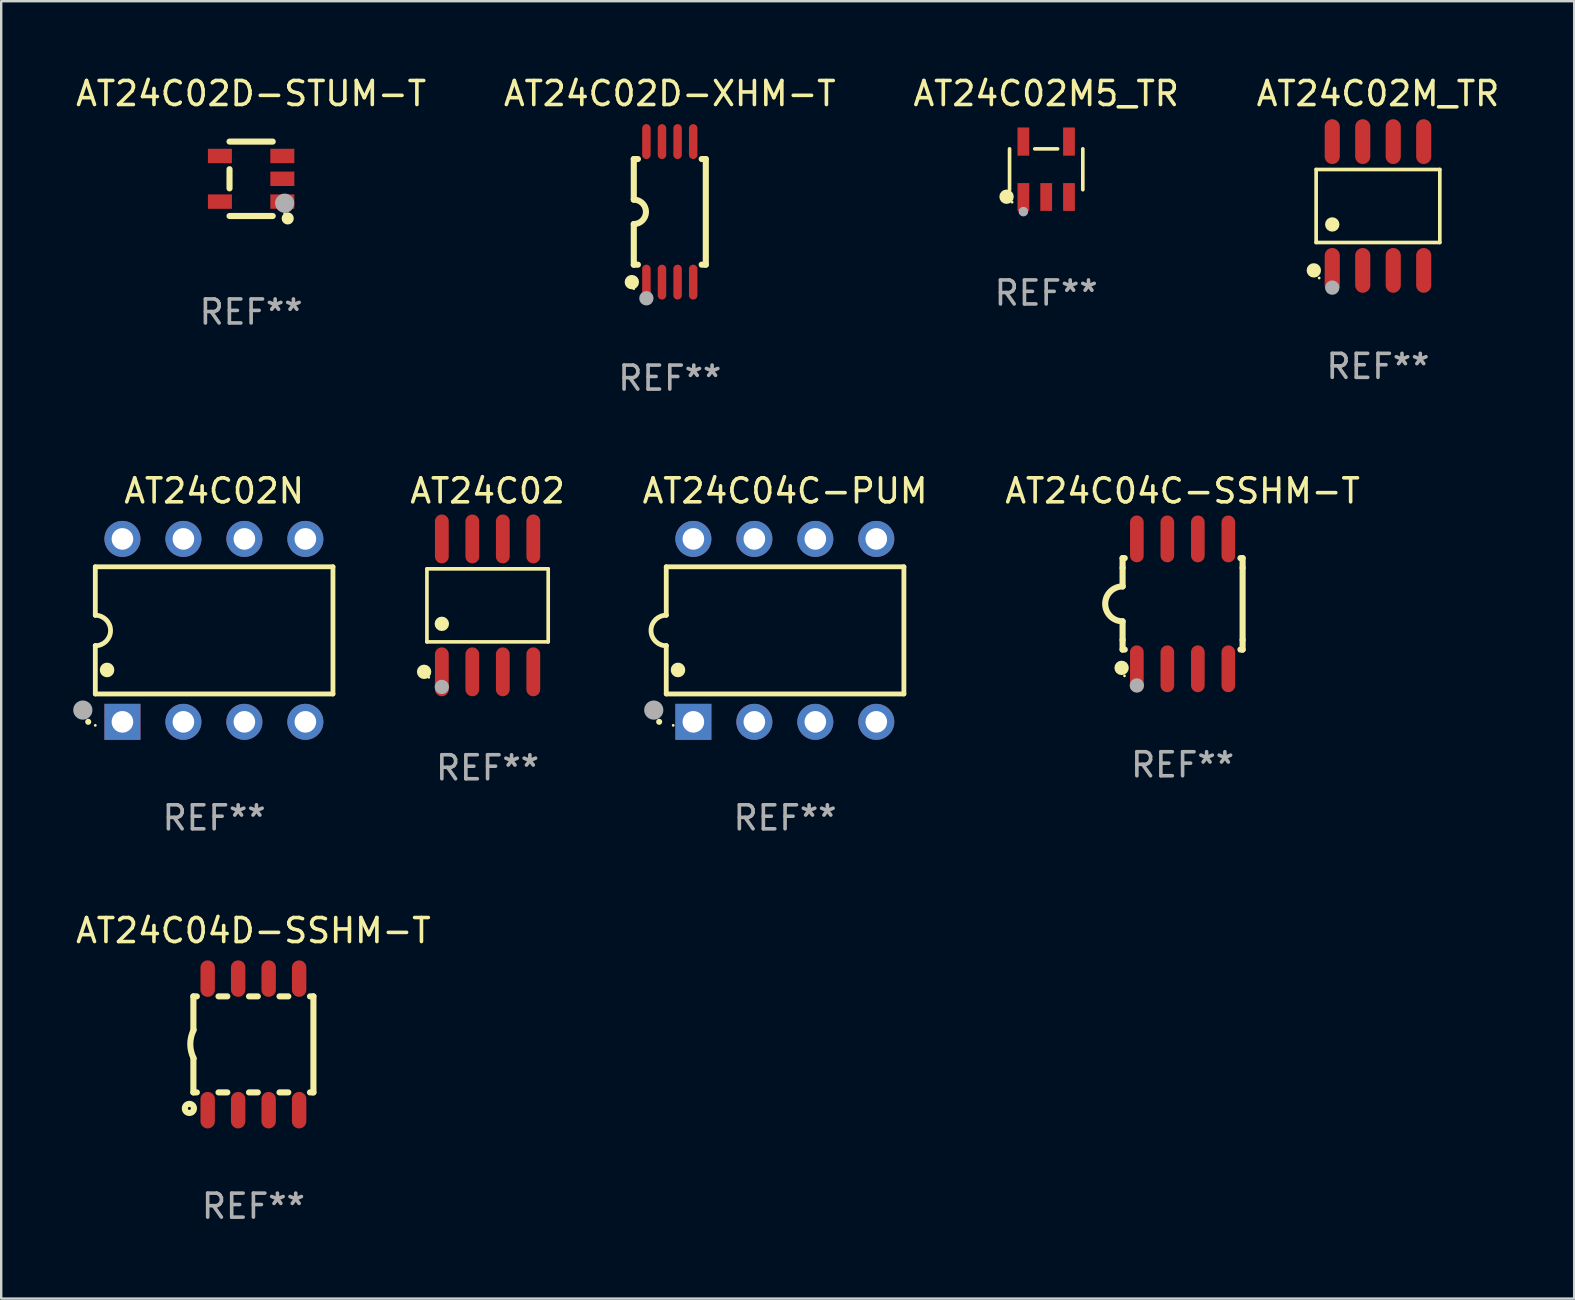
<source format=kicad_pcb>
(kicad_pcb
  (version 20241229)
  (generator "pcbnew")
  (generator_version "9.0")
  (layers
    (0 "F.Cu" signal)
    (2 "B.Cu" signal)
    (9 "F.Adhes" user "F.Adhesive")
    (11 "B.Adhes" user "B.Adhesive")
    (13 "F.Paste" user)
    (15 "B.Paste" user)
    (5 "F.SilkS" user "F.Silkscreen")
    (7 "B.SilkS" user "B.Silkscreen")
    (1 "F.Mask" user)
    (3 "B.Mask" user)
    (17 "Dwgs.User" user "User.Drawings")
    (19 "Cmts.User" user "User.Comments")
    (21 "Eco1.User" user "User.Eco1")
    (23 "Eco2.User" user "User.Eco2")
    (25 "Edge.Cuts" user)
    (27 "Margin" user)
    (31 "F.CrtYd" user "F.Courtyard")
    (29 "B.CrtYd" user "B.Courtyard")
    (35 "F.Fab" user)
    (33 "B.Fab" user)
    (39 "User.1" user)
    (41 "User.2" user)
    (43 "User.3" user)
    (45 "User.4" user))
  (footprint "AT24C04D-SSHM-T"
    (layer "F.Cu")
    (at 7.506 40.455)
    (property "Reference" "AT24C04D-SSHM-T" (at 0 -4.74 0) (layer "F.SilkS") (effects (font (size 1 1) (thickness 0.15))))
    (attr through_hole)
    (fp_line (start -2.5 -2) (end -2.5 -0.6) (stroke (width 0.254) (type solid)) (layer "F.SilkS"))
    (fp_line (start -2.5 -2) (end -2.356 -2) (stroke (width 0.254) (type solid)) (layer "F.SilkS"))
    (fp_line (start -2.5 0.58) (end -2.5 2) (stroke (width 0.254) (type solid)) (layer "F.SilkS"))
    (fp_line (start -2.5 2) (end -2.356 2) (stroke (width 0.254) (type solid)) (layer "F.SilkS"))
    (fp_line (start -1.454 -2) (end -1.086 -2) (stroke (width 0.254) (type solid)) (layer "F.SilkS"))
    (fp_line (start -1.454 2) (end -1.086 2) (stroke (width 0.254) (type solid)) (layer "F.SilkS"))
    (fp_line (start -0.184 -2) (end 0.184 -2) (stroke (width 0.254) (type solid)) (layer "F.SilkS"))
    (fp_line (start -0.184 2) (end 0.184 2) (stroke (width 0.254) (type solid)) (layer "F.SilkS"))
    (fp_line (start 1.086 -2) (end 1.454 -2) (stroke (width 0.254) (type solid)) (layer "F.SilkS"))
    (fp_line (start 1.086 2) (end 1.454 2) (stroke (width 0.254) (type solid)) (layer "F.SilkS"))
    (fp_line (start 2.356 -2) (end 2.5 -2) (stroke (width 0.254) (type solid)) (layer "F.SilkS"))
    (fp_line (start 2.356 2) (end 2.5 2) (stroke (width 0.254) (type solid)) (layer "F.SilkS"))
    (fp_line (start 2.5 -2) (end 2.5 2) (stroke (width 0.254) (type solid)) (layer "F.SilkS"))
    (fp_arc (start -2.489992 0.58001) (mid -2.629095 -0.009995) (end -2.489992 -0.6) (stroke (width 0.254001) (type solid)) (layer "F.SilkS"))
    (fp_circle (center -2.667 2.667) (end -2.477 2.667) (stroke (width 0.254) (type solid)) (fill no) (layer "F.SilkS"))
    (fp_text user "REF**" (at 0 6.74 0) (layer "F.Fab") (effects (font (size 1 1) (thickness 0.15))))
    (pad "1" smd oval (at -1.905 2.74 180) (size 0.6 1.52) (layers "F.Cu" "F.Mask" "F.Paste"))
    (pad "2" smd oval (at -0.635 2.74 180) (size 0.6 1.52) (layers "F.Cu" "F.Mask" "F.Paste"))
    (pad "3" smd oval (at 0.635 2.74 180) (size 0.6 1.52) (layers "F.Cu" "F.Mask" "F.Paste"))
    (pad "4" smd oval (at 1.905 2.74 180) (size 0.6 1.52) (layers "F.Cu" "F.Mask" "F.Paste"))
    (pad "5" smd oval (at 1.905 -2.74 180) (size 0.6 1.52) (layers "F.Cu" "F.Mask" "F.Paste"))
    (pad "6" smd oval (at 0.635 -2.74 180) (size 0.6 1.52) (layers "F.Cu" "F.Mask" "F.Paste"))
    (pad "7" smd oval (at -0.635 -2.74 180) (size 0.6 1.52) (layers "F.Cu" "F.Mask" "F.Paste"))
    (pad "8" smd oval (at -1.905 -2.74 180) (size 0.6 1.52) (layers "F.Cu" "F.Mask" "F.Paste")))
  (footprint "AT24C02D-XHM-T"
    (layer "F.Cu")
    (at 24.851 5.775)
    (property "Reference" "AT24C02D-XHM-T" (at 0 -4.927 0) (layer "F.SilkS") (effects (font (size 1 1) (thickness 0.15))))
    (attr through_hole)
    (fp_line (start -1.5 -2.2) (end -1.5 -0.508) (stroke (width 0.254) (type solid)) (layer "F.SilkS"))
    (fp_line (start -1.5 -2.2) (end -1.328 -2.2) (stroke (width 0.254) (type solid)) (layer "F.SilkS"))
    (fp_line (start -1.5 2.2) (end -1.5 0.508) (stroke (width 0.254) (type solid)) (layer "F.SilkS"))
    (fp_line (start -1.5 2.2) (end -1.328 2.2) (stroke (width 0.254) (type solid)) (layer "F.SilkS"))
    (fp_line (start 1.328 -2.2) (end 1.5 -2.2) (stroke (width 0.254) (type solid)) (layer "F.SilkS"))
    (fp_line (start 1.328 2.2) (end 1.5 2.2) (stroke (width 0.254) (type solid)) (layer "F.SilkS"))
    (fp_line (start 1.5 -2.2) (end 1.5 2.2) (stroke (width 0.254) (type solid)) (layer "F.SilkS"))
    (fp_arc (start -1.501144 -0.508) (mid -0.993143 -0.000571) (end -1.5 0.508001) (stroke (width 0.254001) (type solid)) (layer "F.SilkS"))
    (fp_circle (center -1.581 2.927) (end -1.431 2.927) (stroke (width 0.3) (type solid)) (fill no) (layer "F.SilkS"))
    (fp_circle (center -1.5 3.2) (end -1.47 3.2) (stroke (width 0.06) (type solid)) (fill no) (layer "F.SilkS"))
    (fp_circle (center -0.975 3.6) (end -0.825 3.6) (stroke (width 0.3) (type solid)) (fill no) (layer "F.Fab"))
    (fp_text user "REF**" (at 0 6.927 0) (layer "F.Fab") (effects (font (size 1 1) (thickness 0.15))))
    (pad "1" smd oval (at -0.975 2.927) (size 0.353 1.454) (layers "F.Cu" "F.Mask" "F.Paste"))
    (pad "2" smd oval (at -0.325 2.927) (size 0.353 1.454) (layers "F.Cu" "F.Mask" "F.Paste"))
    (pad "3" smd oval (at 0.325 2.927) (size 0.353 1.454) (layers "F.Cu" "F.Mask" "F.Paste"))
    (pad "4" smd oval (at 0.975 2.927) (size 0.353 1.454) (layers "F.Cu" "F.Mask" "F.Paste"))
    (pad "5" smd oval (at 0.975 -2.927) (size 0.353 1.454) (layers "F.Cu" "F.Mask" "F.Paste"))
    (pad "6" smd oval (at 0.325 -2.927) (size 0.353 1.454) (layers "F.Cu" "F.Mask" "F.Paste"))
    (pad "7" smd oval (at -0.325 -2.927) (size 0.353 1.454) (layers "F.Cu" "F.Mask" "F.Paste"))
    (pad "8" smd oval (at -0.975 -2.927) (size 0.353 1.454) (layers "F.Cu" "F.Mask" "F.Paste")))
  (footprint "AT24C04C-SSHM-T"
    (layer "F.Cu")
    (at 46.212 22.104)
    (property "Reference" "AT24C04C-SSHM-T" (at 0 -4.705 0) (layer "F.SilkS") (effects (font (size 1 1) (thickness 0.15))))
    (attr through_hole)
    (fp_line (start -2.5 -1.905) (end -2.409 -1.905) (stroke (width 0.254) (type solid)) (layer "F.SilkS"))
    (fp_line (start -2.5 -1.5) (end -2.5 -1.905) (stroke (width 0.254) (type solid)) (layer "F.SilkS"))
    (fp_line (start -2.5 -1.5) (end -2.5 -0.726) (stroke (width 0.254) (type solid)) (layer "F.SilkS"))
    (fp_line (start -2.5 1.5) (end -2.5 0.727) (stroke (width 0.254) (type solid)) (layer "F.SilkS"))
    (fp_line (start -2.5 1.5) (end -2.5 1.905) (stroke (width 0.254) (type solid)) (layer "F.SilkS"))
    (fp_line (start -2.5 1.905) (end -2.409 1.905) (stroke (width 0.254) (type solid)) (layer "F.SilkS"))
    (fp_line (start 2.5 -1.905) (end 2.409 -1.905) (stroke (width 0.254) (type solid)) (layer "F.SilkS"))
    (fp_line (start 2.5 -1.5) (end 2.5 -1.905) (stroke (width 0.254) (type solid)) (layer "F.SilkS"))
    (fp_line (start 2.5 -1.5) (end 2.5 1.5) (stroke (width 0.254) (type solid)) (layer "F.SilkS"))
    (fp_line (start 2.5 1.5) (end 2.5 1.905) (stroke (width 0.254) (type solid)) (layer "F.SilkS"))
    (fp_line (start 2.5 1.905) (end 2.409 1.905) (stroke (width 0.254) (type solid)) (layer "F.SilkS"))
    (fp_arc (start -2.5 0.726568) (mid -3.220316 -0.0023) (end -2.495097 -0.726289) (stroke (width 0.254001) (type solid)) (layer "F.SilkS"))
    (fp_circle (center -2.54 2.667) (end -2.39 2.667) (stroke (width 0.3) (type solid)) (fill no) (layer "F.SilkS"))
    (fp_circle (center -2.42 3) (end -2.39 3) (stroke (width 0.06) (type solid)) (fill no) (layer "F.SilkS"))
    (fp_circle (center -1.905 3.4) (end -1.755 3.4) (stroke (width 0.3) (type solid)) (fill no) (layer "F.Fab"))
    (fp_text user "REF**" (at 0 6.705 0) (layer "F.Fab") (effects (font (size 1 1) (thickness 0.15))))
    (pad "1" smd oval (at -1.905 2.705) (size 0.568 1.95) (layers "F.Cu" "F.Mask" "F.Paste"))
    (pad "2" smd oval (at -0.635 2.705) (size 0.568 1.95) (layers "F.Cu" "F.Mask" "F.Paste"))
    (pad "3" smd oval (at 0.635 2.705) (size 0.568 1.95) (layers "F.Cu" "F.Mask" "F.Paste"))
    (pad "4" smd oval (at 1.905 2.705) (size 0.568 1.95) (layers "F.Cu" "F.Mask" "F.Paste"))
    (pad "5" smd oval (at 1.905 -2.705) (size 0.568 1.95) (layers "F.Cu" "F.Mask" "F.Paste"))
    (pad "6" smd oval (at 0.635 -2.705) (size 0.568 1.95) (layers "F.Cu" "F.Mask" "F.Paste"))
    (pad "7" smd oval (at -0.635 -2.705) (size 0.568 1.95) (layers "F.Cu" "F.Mask" "F.Paste"))
    (pad "8" smd oval (at -1.905 -2.705) (size 0.568 1.95) (layers "F.Cu" "F.Mask" "F.Paste")))
  (footprint "AT24C02N"
    (layer "F.Cu")
    (at 5.87 23.209)
    (property "Reference" "AT24C02N" (at 0 -5.81 0) (layer "F.SilkS") (effects (font (size 1 1) (thickness 0.15))))
    (attr through_hole)
    (fp_line (start -4.95 -2.649) (end 4.95 -2.649) (stroke (width 0.2) (type solid)) (layer "F.SilkS"))
    (fp_line (start -4.95 -0.635) (end -4.95 -2.649) (stroke (width 0.2) (type solid)) (layer "F.SilkS"))
    (fp_line (start -4.95 0.635) (end -4.95 0.64) (stroke (width 0.2) (type solid)) (layer "F.SilkS"))
    (fp_line (start -4.95 2.649) (end -4.95 0.635) (stroke (width 0.2) (type solid)) (layer "F.SilkS"))
    (fp_line (start -4.95 -0.64) (end -4.95 -0.635) (stroke (width 0.2) (type solid)) (layer "F.SilkS"))
    (fp_line (start 4.95 -2.649) (end 4.95 2.649) (stroke (width 0.2) (type solid)) (layer "F.SilkS"))
    (fp_line (start 4.95 2.649) (end -4.95 2.649) (stroke (width 0.2) (type solid)) (layer "F.SilkS"))
    (fp_arc (start -5.24511 3.810008) (mid -5.245117 3.808738) (end -5.24511 3.807468) (stroke (width 0.25) (type solid)) (layer "F.SilkS"))
    (fp_arc (start -4.950165 -0.629997) (mid -4.315164 0.005004) (end -4.950165 0.640005) (stroke (width 0.2) (type solid)) (layer "F.SilkS"))
    (fp_arc (start -4.460249 1.651003) (mid -4.46026 1.648463) (end -4.460249 1.645923) (stroke (width 0.6) (type solid)) (layer "F.SilkS"))
    (fp_circle (center -4.95 3.956) (end -4.92 3.956) (stroke (width 0.06) (type solid)) (fill no) (layer "F.SilkS"))
    (fp_circle (center -5.47 3.32) (end -5.27 3.32) (stroke (width 0.4) (type solid)) (fill no) (layer "F.Fab"))
    (fp_text user "REF**" (at 0 7.81 0) (layer "F.Fab") (effects (font (size 1 1) (thickness 0.15))))
    (pad "1" thru_hole rect (at -3.82 3.81) (size 1.5 1.5) (drill 0.9) (layers "*.Cu" "*.Mask"))
    (pad "2" thru_hole circle (at -1.28 3.81) (size 1.5 1.5) (drill 0.9) (layers "*.Cu" "*.Mask"))
    (pad "3" thru_hole circle (at 1.26 3.81) (size 1.5 1.5) (drill 0.9) (layers "*.Cu" "*.Mask"))
    (pad "4" thru_hole circle (at 3.8 3.81) (size 1.5 1.5) (drill 0.9) (layers "*.Cu" "*.Mask"))
    (pad "5" thru_hole circle (at 3.8 -3.81) (size 1.5 1.5) (drill 0.9) (layers "*.Cu" "*.Mask"))
    (pad "6" thru_hole circle (at 1.26 -3.81) (size 1.5 1.5) (drill 0.9) (layers "*.Cu" "*.Mask"))
    (pad "7" thru_hole circle (at -1.28 -3.81) (size 1.5 1.5) (drill 0.9) (layers "*.Cu" "*.Mask"))
    (pad "8" thru_hole circle (at -3.82 -3.81) (size 1.5 1.5) (drill 0.9) (layers "*.Cu" "*.Mask")))
  (footprint "AT24C04C-PUM"
    (layer "F.Cu")
    (at 29.653 23.209)
    (property "Reference" "AT24C04C-PUM" (at 0 -5.81 0) (layer "F.SilkS") (effects (font (size 1 1) (thickness 0.15))))
    (attr through_hole)
    (fp_line (start -4.95 -2.649) (end 4.95 -2.649) (stroke (width 0.2) (type solid)) (layer "F.SilkS"))
    (fp_line (start -4.95 -0.635) (end -4.95 -2.649) (stroke (width 0.2) (type solid)) (layer "F.SilkS"))
    (fp_line (start -4.95 0.635) (end -4.95 0.64) (stroke (width 0.2) (type solid)) (layer "F.SilkS"))
    (fp_line (start -4.95 2.649) (end -4.95 0.635) (stroke (width 0.2) (type solid)) (layer "F.SilkS"))
    (fp_line (start -4.95 -0.64) (end -4.95 -0.635) (stroke (width 0.2) (type solid)) (layer "F.SilkS"))
    (fp_line (start 4.95 -2.649) (end 4.95 2.649) (stroke (width 0.2) (type solid)) (layer "F.SilkS"))
    (fp_line (start 4.95 2.649) (end -4.95 2.649) (stroke (width 0.2) (type solid)) (layer "F.SilkS"))
    (fp_arc (start -5.24511 3.810008) (mid -5.245117 3.808738) (end -5.24511 3.807468) (stroke (width 0.25) (type solid)) (layer "F.SilkS"))
    (fp_arc (start -4.950165 0.640005) (mid -5.585166 0.005004) (end -4.950165 -0.629997) (stroke (width 0.2) (type solid)) (layer "F.SilkS"))
    (fp_arc (start -4.460249 1.651003) (mid -4.46026 1.648463) (end -4.460249 1.645923) (stroke (width 0.6) (type solid)) (layer "F.SilkS"))
    (fp_circle (center -4.66 3.956) (end -4.63 3.956) (stroke (width 0.06) (type solid)) (fill no) (layer "F.SilkS"))
    (fp_circle (center -5.47 3.32) (end -5.27 3.32) (stroke (width 0.4) (type solid)) (fill no) (layer "F.Fab"))
    (fp_text user "REF**" (at 0 7.81 0) (layer "F.Fab") (effects (font (size 1 1) (thickness 0.15))))
    (pad "1" thru_hole rect (at -3.82 3.81) (size 1.5 1.5) (drill 0.9) (layers "*.Cu" "*.Mask"))
    (pad "2" thru_hole circle (at -1.28 3.81) (size 1.5 1.5) (drill 0.9) (layers "*.Cu" "*.Mask"))
    (pad "3" thru_hole circle (at 1.26 3.81) (size 1.5 1.5) (drill 0.9) (layers "*.Cu" "*.Mask"))
    (pad "4" thru_hole circle (at 3.8 3.81) (size 1.5 1.5) (drill 0.9) (layers "*.Cu" "*.Mask"))
    (pad "5" thru_hole circle (at 3.8 -3.81) (size 1.5 1.5) (drill 0.9) (layers "*.Cu" "*.Mask"))
    (pad "6" thru_hole circle (at 1.26 -3.81) (size 1.5 1.5) (drill 0.9) (layers "*.Cu" "*.Mask"))
    (pad "7" thru_hole circle (at -1.28 -3.81) (size 1.5 1.5) (drill 0.9) (layers "*.Cu" "*.Mask"))
    (pad "8" thru_hole circle (at -3.82 -3.81) (size 1.5 1.5) (drill 0.9) (layers "*.Cu" "*.Mask")))
  (footprint "AT24C02M5_TR"
    (layer "F.Cu")
    (at 40.53 4.002)
    (property "Reference" "AT24C02M5_TR" (at 0 -3.154 0) (layer "F.SilkS") (effects (font (size 1 1) (thickness 0.15))))
    (attr through_hole)
    (fp_line (start -1.526 0.851) (end -1.526 -0.851) (stroke (width 0.152) (type solid)) (layer "F.SilkS"))
    (fp_line (start 0.476 -0.851) (end -0.476 -0.851) (stroke (width 0.152) (type solid)) (layer "F.SilkS"))
    (fp_line (start 1.526 0.851) (end 1.526 -0.851) (stroke (width 0.152) (type solid)) (layer "F.SilkS"))
    (fp_circle (center -1.651 1.143) (end -1.501 1.143) (stroke (width 0.3) (type solid)) (fill no) (layer "F.SilkS"))
    (fp_circle (center -1.42 1.37) (end -1.39 1.37) (stroke (width 0.06) (type solid)) (fill no) (layer "F.SilkS"))
    (fp_circle (center -0.95 1.763) (end -0.85 1.763) (stroke (width 0.2) (type solid)) (fill no) (layer "F.Fab"))
    (fp_text user "REF**" (at 0 5.154 0) (layer "F.Fab") (effects (font (size 1 1) (thickness 0.15))))
    (pad "1" smd rect (at -0.95 1.154) (size 0.49 1.157) (layers "F.Cu" "F.Mask" "F.Paste"))
    (pad "2" smd rect (at 0 1.154) (size 0.49 1.157) (layers "F.Cu" "F.Mask" "F.Paste"))
    (pad "3" smd rect (at 0.95 1.154) (size 0.49 1.157) (layers "F.Cu" "F.Mask" "F.Paste"))
    (pad "4" smd rect (at 0.95 -1.154) (size 0.49 1.175) (layers "F.Cu" "F.Mask" "F.Paste"))
    (pad "5" smd rect (at -0.95 -1.154) (size 0.49 1.175) (layers "F.Cu" "F.Mask" "F.Paste")))
  (footprint "AT24C02D-STUM-T"
    (layer "F.Cu")
    (at 7.411 4.398)
    (property "Reference" "AT24C02D-STUM-T" (at 0 -3.55 0) (layer "F.SilkS") (effects (font (size 1 1) (thickness 0.15))))
    (attr through_hole)
    (fp_line (start -0.9 -1.55) (end 0.9 -1.55) (stroke (width 0.254) (type solid)) (layer "F.SilkS"))
    (fp_line (start -0.9 0.4) (end -0.9 -0.4) (stroke (width 0.254) (type solid)) (layer "F.SilkS"))
    (fp_line (start -0.9 1.55) (end 0.9 1.55) (stroke (width 0.254) (type solid)) (layer "F.SilkS"))
    (fp_circle (center 1.4 1.45) (end 1.43 1.45) (stroke (width 0.06) (type solid)) (fill no) (layer "F.SilkS"))
    (fp_circle (center 1.524 1.651) (end 1.651 1.651) (stroke (width 0.254) (type solid)) (fill no) (layer "F.SilkS"))
    (fp_circle (center 1.397 1.016) (end 1.597 1.016) (stroke (width 0.4) (type solid)) (fill no) (layer "F.Fab"))
    (fp_text user "REF**" (at 0 5.55 0) (layer "F.Fab") (effects (font (size 1 1) (thickness 0.15))))
    (pad "1" smd rect (at 1.3 0.95) (size 1 0.6) (layers "F.Cu" "F.Mask" "F.Paste"))
    (pad "2" smd rect (at 1.3 -0.000051) (size 1 0.6) (layers "F.Cu" "F.Mask" "F.Paste"))
    (pad "3" smd rect (at 1.3 -0.95) (size 1 0.6) (layers "F.Cu" "F.Mask" "F.Paste"))
    (pad "4" smd rect (at -1.3 -0.95) (size 1 0.6) (layers "F.Cu" "F.Mask" "F.Paste"))
    (pad "5" smd rect (at -1.3 0.95) (size 1 0.6) (layers "F.Cu" "F.Mask" "F.Paste")))
  (footprint "AT24C02M_TR"
    (layer "F.Cu")
    (at 54.351 5.531)
    (property "Reference" "AT24C02M_TR" (at 0 -4.682 0) (layer "F.SilkS") (effects (font (size 1 1) (thickness 0.15))))
    (attr through_hole)
    (fp_line (start -2.576 -1.521) (end 2.576 -1.521) (stroke (width 0.152) (type solid)) (layer "F.SilkS"))
    (fp_line (start -2.576 1.521) (end -2.576 -1.521) (stroke (width 0.152) (type solid)) (layer "F.SilkS"))
    (fp_line (start 2.576 -1.521) (end 2.576 1.521) (stroke (width 0.152) (type solid)) (layer "F.SilkS"))
    (fp_line (start 2.576 1.521) (end -2.576 1.521) (stroke (width 0.152) (type solid)) (layer "F.SilkS"))
    (fp_circle (center -2.672 2.682) (end -2.522 2.682) (stroke (width 0.3) (type solid)) (fill no) (layer "F.SilkS"))
    (fp_circle (center -2.45 3) (end -2.42 3) (stroke (width 0.06) (type solid)) (fill no) (layer "F.SilkS"))
    (fp_circle (center -1.905 0.769) (end -1.755 0.769) (stroke (width 0.3) (type solid)) (fill no) (layer "F.SilkS"))
    (fp_circle (center -1.905 3.4) (end -1.755 3.4) (stroke (width 0.3) (type solid)) (fill no) (layer "F.Fab"))
    (fp_text user "REF**" (at 0 6.682 0) (layer "F.Fab") (effects (font (size 1 1) (thickness 0.15))))
    (pad "1" smd oval (at -1.905 2.682) (size 0.63 1.865) (layers "F.Cu" "F.Mask" "F.Paste"))
    (pad "2" smd oval (at -0.635 2.682) (size 0.63 1.865) (layers "F.Cu" "F.Mask" "F.Paste"))
    (pad "3" smd oval (at 0.635 2.682) (size 0.63 1.865) (layers "F.Cu" "F.Mask" "F.Paste"))
    (pad "4" smd oval (at 1.905 2.682) (size 0.63 1.865) (layers "F.Cu" "F.Mask" "F.Paste"))
    (pad "5" smd oval (at 1.905 -2.682) (size 0.63 1.865) (layers "F.Cu" "F.Mask" "F.Paste"))
    (pad "6" smd oval (at 0.635 -2.682) (size 0.63 1.865) (layers "F.Cu" "F.Mask" "F.Paste"))
    (pad "7" smd oval (at -0.635 -2.682) (size 0.63 1.865) (layers "F.Cu" "F.Mask" "F.Paste"))
    (pad "8" smd oval (at -1.905 -2.682) (size 0.63 1.865) (layers "F.Cu" "F.Mask" "F.Paste")))
  (footprint "AT24C02"
    (layer "F.Cu")
    (at 17.26 22.167)
    (property "Reference" "AT24C02" (at 0 -4.768 0) (layer "F.SilkS") (effects (font (size 1 1) (thickness 0.15))))
    (attr through_hole)
    (fp_line (start -2.526 -1.521) (end 2.526 -1.521) (stroke (width 0.152) (type solid)) (layer "F.SilkS"))
    (fp_line (start -2.526 1.521) (end -2.526 -1.521) (stroke (width 0.152) (type solid)) (layer "F.SilkS"))
    (fp_line (start 2.526 -1.521) (end 2.526 1.521) (stroke (width 0.152) (type solid)) (layer "F.SilkS"))
    (fp_line (start 2.526 1.521) (end -2.526 1.521) (stroke (width 0.152) (type solid)) (layer "F.SilkS"))
    (fp_circle (center -2.644 2.768) (end -2.494 2.768) (stroke (width 0.3) (type solid)) (fill no) (layer "F.SilkS"))
    (fp_circle (center -2.45 2.998) (end -2.42 2.998) (stroke (width 0.06) (type solid)) (fill no) (layer "F.SilkS"))
    (fp_circle (center -1.905 0.769) (end -1.755 0.769) (stroke (width 0.3) (type solid)) (fill no) (layer "F.SilkS"))
    (fp_circle (center -1.905 3.398) (end -1.755 3.398) (stroke (width 0.3) (type solid)) (fill no) (layer "F.Fab"))
    (fp_text user "REF**" (at 0 6.768 0) (layer "F.Fab") (effects (font (size 1 1) (thickness 0.15))))
    (pad "1" smd oval (at -1.905 2.768) (size 0.574 2.036) (layers "F.Cu" "F.Mask" "F.Paste"))
    (pad "2" smd oval (at -0.635 2.768) (size 0.574 2.036) (layers "F.Cu" "F.Mask" "F.Paste"))
    (pad "3" smd oval (at 0.635 2.768) (size 0.574 2.036) (layers "F.Cu" "F.Mask" "F.Paste"))
    (pad "4" smd oval (at 1.905 2.768) (size 0.574 2.036) (layers "F.Cu" "F.Mask" "F.Paste"))
    (pad "5" smd oval (at 1.905 -2.768) (size 0.574 2.036) (layers "F.Cu" "F.Mask" "F.Paste"))
    (pad "6" smd oval (at 0.635 -2.768) (size 0.574 2.036) (layers "F.Cu" "F.Mask" "F.Paste"))
    (pad "7" smd oval (at -0.635 -2.768) (size 0.574 2.036) (layers "F.Cu" "F.Mask" "F.Paste"))
    (pad "8" smd oval (at -1.905 -2.768) (size 0.574 2.036) (layers "F.Cu" "F.Mask" "F.Paste")))
  (gr_rect
    (start -3 -3)
    (end 62.524 51.044)
    (stroke (width 0.1) (type default))
    (fill no)
    (layer "Edge.Cuts")))
</source>
